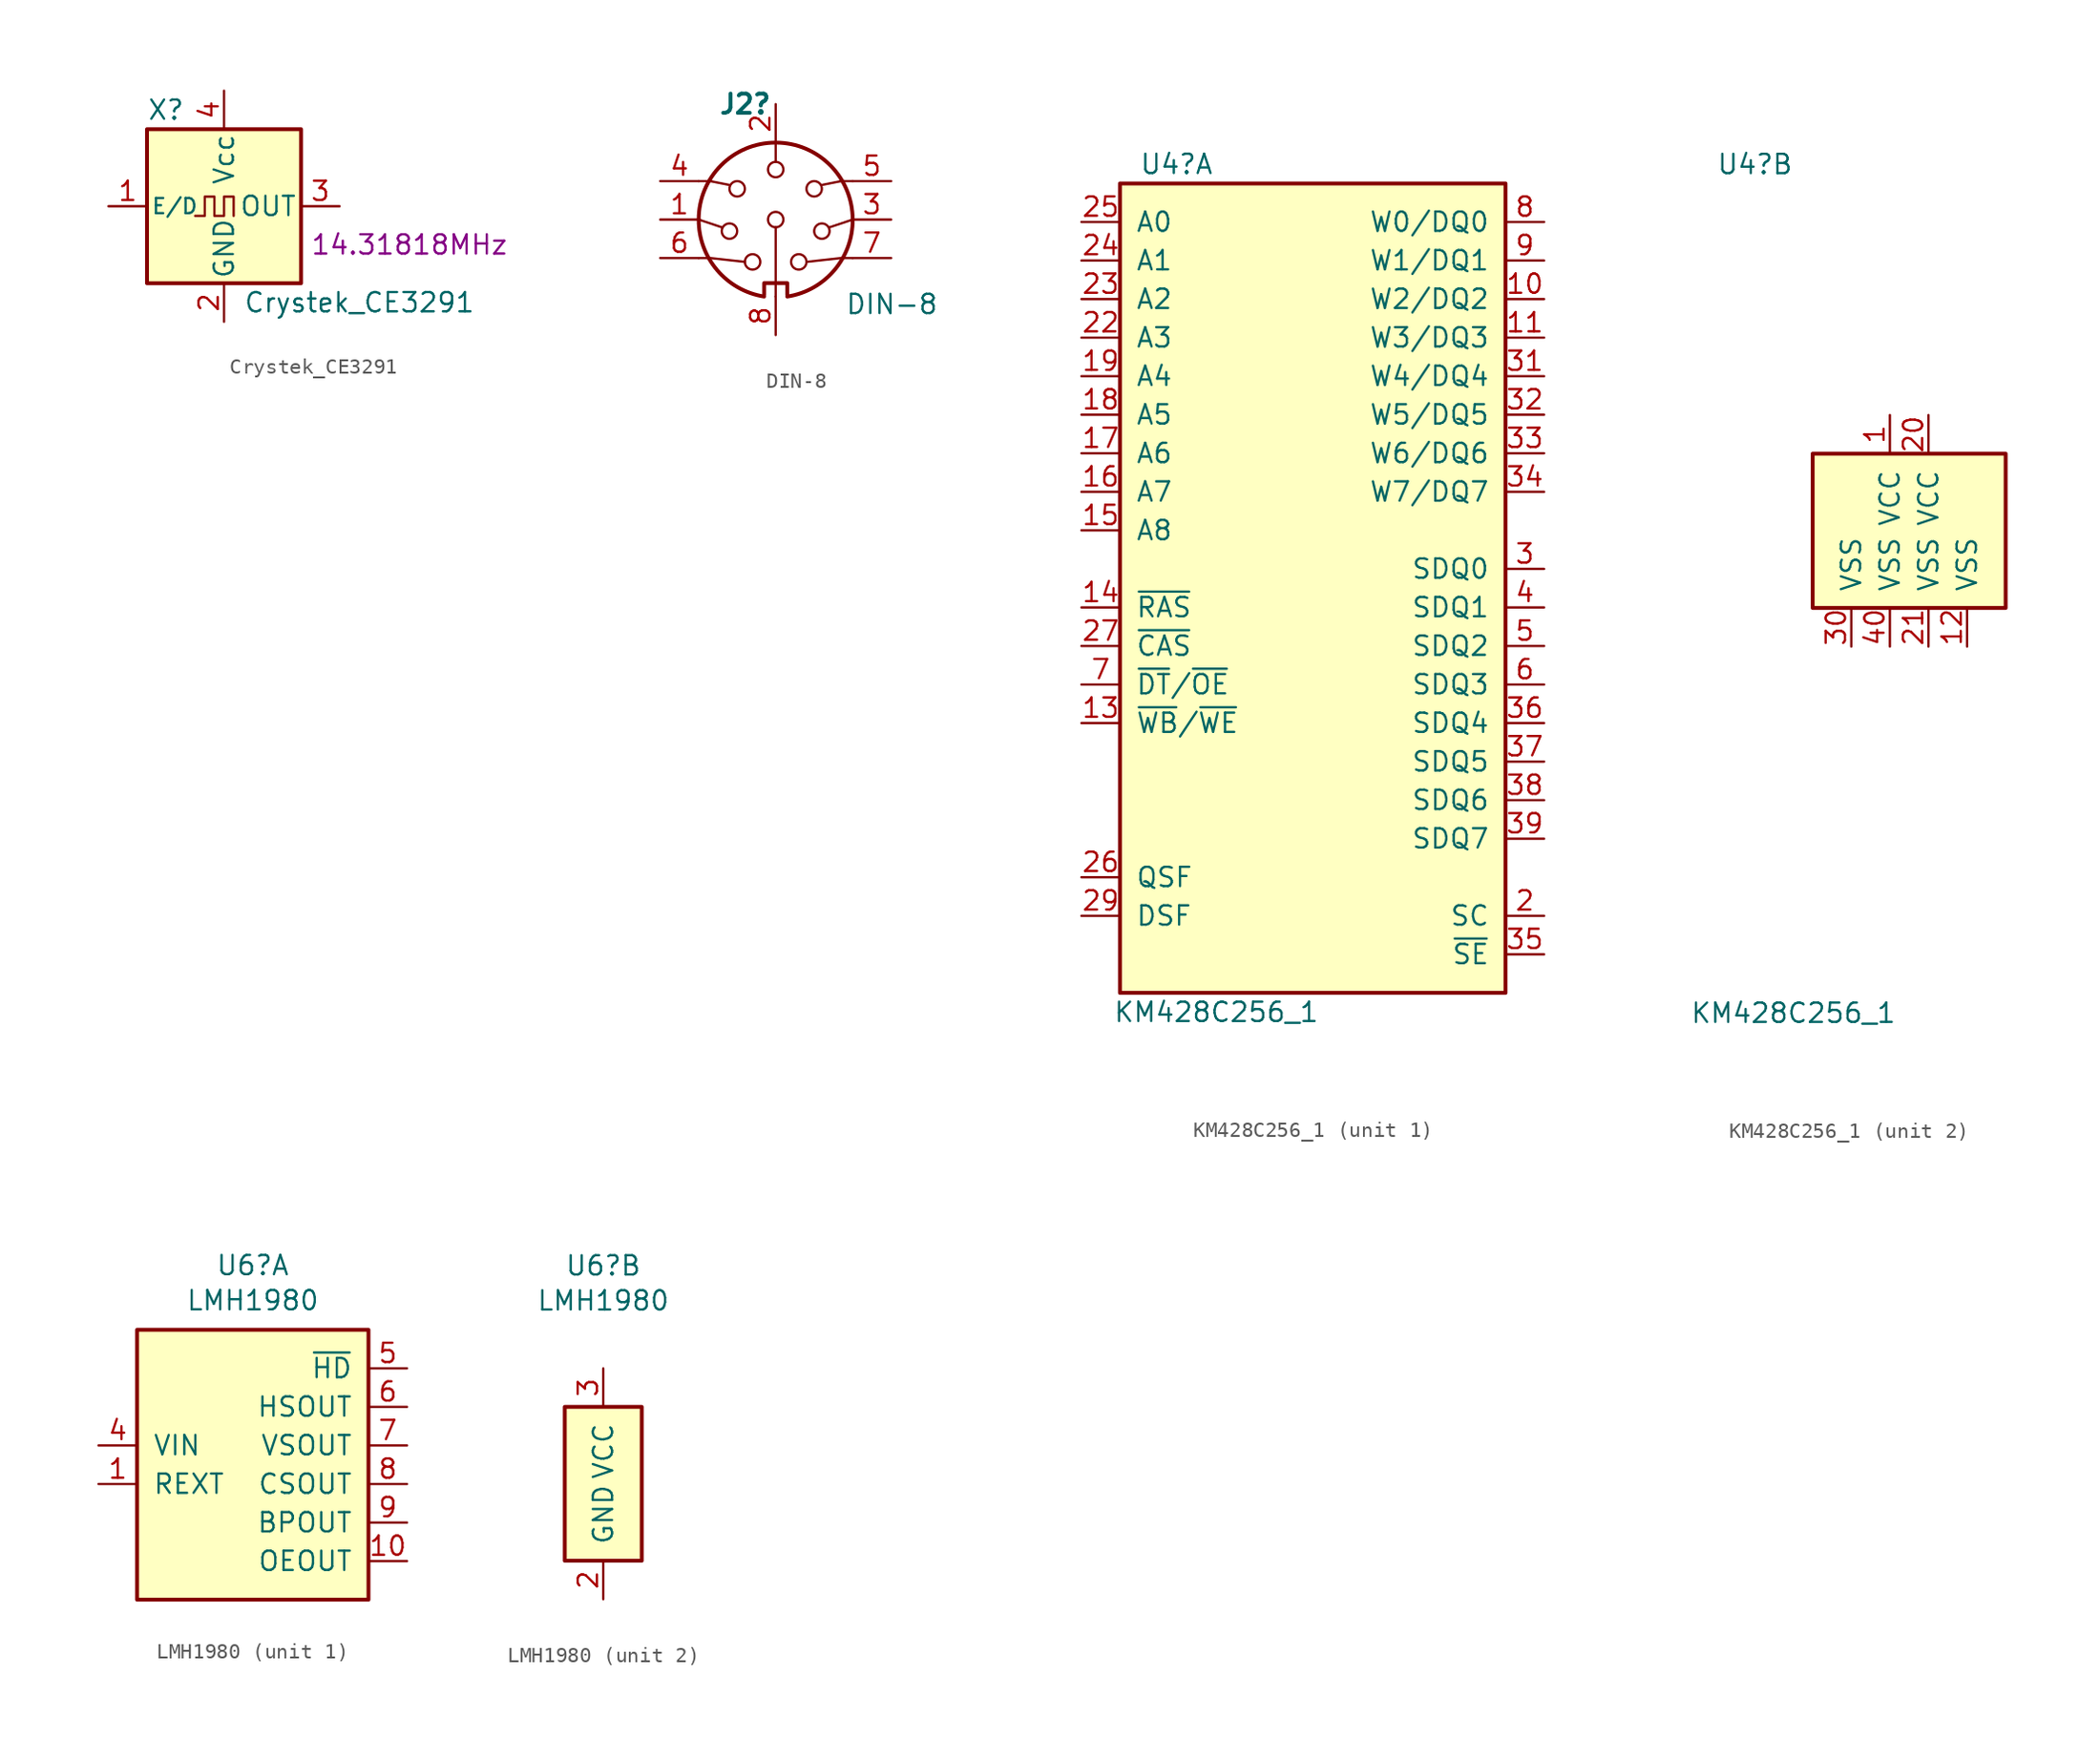
<source format=kicad_sym>
(kicad_symbol_lib
  (version 20211014)
  (generator kicad_symbol_editor)
  (symbol "Crystek_CE3291"
    (pin_names
      (offset 0.254))
    (property "Reference" "X"
      (at -5.08 6.35 0)
      (effects (font (size 1.27 1.27)) (justify left)))
    (property "Value" "Crystek_CE3291"
      (at 1.27 -6.35 0)
      (effects (font (size 1.27 1.27)) (justify left)))
    (property "Frequency" "14.31818MHz "
      (at 12.7 -2.54 0)
      (effects (font (size 1.27 1.27))))
    (symbol "Crystek_CE3291_0_1"
      (rectangle (start -5.08 5.08) (end 5.08 -5.08) (stroke (width 0.254) (type default) (color 0 0 0 0)) (fill (type background)))
      (polyline (pts (xy -1.905 -0.635) (xy -1.27 -0.635) (xy -1.27 0.635) (xy -0.635 0.635) (xy -0.635 -0.635) (xy 0 -0.635) (xy 0 0.635) (xy 0.635 0.635) (xy 0.635 -0.635)) (stroke (width 0) (type default) (color 0 0 0 0)) (fill (type none))))
    (symbol "Crystek_CE3291_1_1"
      (pin input line (at -7.62 0 0) (length 2.54) (name "E/D" (effects (font (size 1 1)))) (number "1" (effects (font (size 1.27 1.27)))))
      (pin power_in line (at 0 -7.62 90) (length 2.54) (name "GND" (effects (font (size 1.27 1.27)))) (number "2" (effects (font (size 1.27 1.27)))))
      (pin output line (at 7.62 0 180) (length 2.54) (name "OUT" (effects (font (size 1.27 1.27)))) (number "3" (effects (font (size 1.27 1.27)))))
      (pin power_in line (at 0 7.62 270) (length 2.54) (name "Vcc" (effects (font (size 1.27 1.27)))) (number "4" (effects (font (size 1.27 1.27)))))))
  (symbol "DIN-8"
    (pin_names
      (offset 1.016))
    (property "Reference" "J2"
      (at -3.81 7.62 0)
      (effects (font (size 1.27 1.27) bold) (justify left)))
    (property "Value" "DIN-8"
      (at 4.572 -5.588 0)
      (effects (font (size 1.27 1.27)) (justify left)))
    (symbol "DIN-8_0_1"
      (arc (start -5.08 0) (mid -3.8597 -3.3379) (end -0.762 -5.08) (stroke (width 0.254) (type default) (color 0 0 0 0)) (fill (type none)))
      (circle (center -3.048 -0.762) (radius 0.508) (stroke (width 0) (type default) (color 0 0 0 0)) (fill (type none)))
      (circle (center -2.54 2.032) (radius 0.508) (stroke (width 0) (type default) (color 0 0 0 0)) (fill (type none)))
      (circle (center -1.524 -2.794) (radius 0.508) (stroke (width 0) (type default) (color 0 0 0 0)) (fill (type none)))
      (polyline (pts (xy -5.08 0) (xy -3.556 -0.508)) (stroke (width 0) (type default) (color 0 0 0 0)) (fill (type none)))
      (polyline (pts (xy 0 -0.508) (xy 0 -5.08)) (stroke (width 0) (type default) (color 0 0 0 0)) (fill (type none)))
      (polyline (pts (xy 0 5.08) (xy 0 3.81)) (stroke (width 0) (type default) (color 0 0 0 0)) (fill (type none)))
      (polyline (pts (xy 5.08 0) (xy 3.556 -0.508)) (stroke (width 0) (type default) (color 0 0 0 0)) (fill (type none)))
      (polyline (pts (xy -5.08 -2.54) (xy -4.318 -2.54) (xy -2.032 -2.794)) (stroke (width 0) (type default) (color 0 0 0 0)) (fill (type none)))
      (polyline (pts (xy -5.08 2.54) (xy -4.318 2.54) (xy -3.048 2.286)) (stroke (width 0) (type default) (color 0 0 0 0)) (fill (type none)))
      (polyline (pts (xy 5.08 -2.54) (xy 4.318 -2.54) (xy 2.032 -2.794)) (stroke (width 0) (type default) (color 0 0 0 0)) (fill (type none)))
      (polyline (pts (xy 5.08 2.54) (xy 4.318 2.54) (xy 3.048 2.286)) (stroke (width 0) (type default) (color 0 0 0 0)) (fill (type none)))
      (polyline (pts (xy -0.762 -4.953) (xy -0.762 -4.191) (xy 0.762 -4.191) (xy 0.762 -4.953)) (stroke (width 0.254) (type default) (color 0 0 0 0)) (fill (type none)))
      (circle (center 0 0) (radius 0.508) (stroke (width 0) (type default) (color 0 0 0 0)) (fill (type none)))
      (circle (center 0 3.302) (radius 0.508) (stroke (width 0) (type default) (color 0 0 0 0)) (fill (type none)))
      (arc (start 0.762 -5.08) (mid 3.8673 -3.3444) (end 5.08 0) (stroke (width 0.254) (type default) (color 0 0 0 0)) (fill (type none)))
      (circle (center 1.524 -2.794) (radius 0.508) (stroke (width 0) (type default) (color 0 0 0 0)) (fill (type none)))
      (circle (center 2.54 2.032) (radius 0.508) (stroke (width 0) (type default) (color 0 0 0 0)) (fill (type none)))
      (circle (center 3.048 -0.762) (radius 0.508) (stroke (width 0) (type default) (color 0 0 0 0)) (fill (type none)))
      (arc (start 5.08 0) (mid 0 5.08) (end -5.08 0) (stroke (width 0.254) (type default) (color 0 0 0 0)) (fill (type none))))
    (symbol "DIN-8_1_1"
      (pin passive line (at -7.62 0 0) (length 2.54) (name "1" (effects (font (size 0 0)))) (number "1" (effects (font (size 1.27 1.27)))))
      (pin passive line (at 0 7.62 270) (length 2.54) (name "2" (effects (font (size 0 0)))) (number "2" (effects (font (size 1.27 1.27)))))
      (pin passive line (at 7.62 0 180) (length 2.54) (name "3" (effects (font (size 0 0)))) (number "3" (effects (font (size 1.27 1.27)))))
      (pin passive line (at -7.62 2.54 0) (length 2.54) (name "4" (effects (font (size 0 0)))) (number "4" (effects (font (size 1.27 1.27)))))
      (pin passive line (at 7.62 2.54 180) (length 2.54) (name "5" (effects (font (size 0 0)))) (number "5" (effects (font (size 1.27 1.27)))))
      (pin passive line (at -7.62 -2.54 0) (length 2.54) (name "6" (effects (font (size 0 0)))) (number "6" (effects (font (size 1.27 1.27)))))
      (pin passive line (at 7.62 -2.54 180) (length 2.54) (name "7" (effects (font (size 0 0)))) (number "7" (effects (font (size 1.27 1.27)))))
      (pin passive line (at 0 -7.62 90) (length 2.54) (name "8" (effects (font (size 0 0)))) (number "8" (effects (font (size 1.27 1.27)))))))
  (symbol "KM428C256_1"
    (pin_names
      (offset 1.016))
    (property "Reference" "U4"
      (at -11.43 24.13 0)
      (effects (font (size 1.27 1.27)) (justify left)))
    (property "Value" "KM428C256_1"
      (at -6.35 -31.75 0)
      (effects (font (size 1.27 1.27))))
    (property "ki_locked" ""
      (at 0 0 0)
      (effects (font (size 1.27 1.27))))
    (symbol "KM428C256_1_1_1"
      (rectangle (start -12.7 22.86) (end 12.7 -30.48) (stroke (width 0.254) (type default) (color 0 0 0 0)) (fill (type background)))
      (pin bidirectional line (at 15.24 15.24 180) (length 2.54) (name "W2/DQ2" (effects (font (size 1.27 1.27)))) (number "10" (effects (font (size 1.27 1.27)))))
      (pin bidirectional line (at 15.24 12.7 180) (length 2.54) (name "W3/DQ3" (effects (font (size 1.27 1.27)))) (number "11" (effects (font (size 1.27 1.27)))))
      (pin input line (at -15.24 -12.7 0) (length 2.54) (name "~{WB}/~{WE}" (effects (font (size 1.27 1.27)))) (number "13" (effects (font (size 1.27 1.27)))))
      (pin input line (at -15.24 -5.08 0) (length 2.54) (name "~{RAS}" (effects (font (size 1.27 1.27)))) (number "14" (effects (font (size 1.27 1.27)))))
      (pin input line (at -15.24 0 0) (length 2.54) (name "A8" (effects (font (size 1.27 1.27)))) (number "15" (effects (font (size 1.27 1.27)))))
      (pin input line (at -15.24 2.54 0) (length 2.54) (name "A7" (effects (font (size 1.27 1.27)))) (number "16" (effects (font (size 1.27 1.27)))))
      (pin input line (at -15.24 5.08 0) (length 2.54) (name "A6" (effects (font (size 1.27 1.27)))) (number "17" (effects (font (size 1.27 1.27)))))
      (pin input line (at -15.24 7.62 0) (length 2.54) (name "A5" (effects (font (size 1.27 1.27)))) (number "18" (effects (font (size 1.27 1.27)))))
      (pin input line (at -15.24 10.16 0) (length 2.54) (name "A4" (effects (font (size 1.27 1.27)))) (number "19" (effects (font (size 1.27 1.27)))))
      (pin input line (at 15.24 -25.4 180) (length 2.54) (name "SC" (effects (font (size 1.27 1.27)))) (number "2" (effects (font (size 1.27 1.27)))))
      (pin input line (at -15.24 12.7 0) (length 2.54) (name "A3" (effects (font (size 1.27 1.27)))) (number "22" (effects (font (size 1.27 1.27)))))
      (pin input line (at -15.24 15.24 0) (length 2.54) (name "A2" (effects (font (size 1.27 1.27)))) (number "23" (effects (font (size 1.27 1.27)))))
      (pin input line (at -15.24 17.78 0) (length 2.54) (name "A1" (effects (font (size 1.27 1.27)))) (number "24" (effects (font (size 1.27 1.27)))))
      (pin input line (at -15.24 20.32 0) (length 2.54) (name "A0" (effects (font (size 1.27 1.27)))) (number "25" (effects (font (size 1.27 1.27)))))
      (pin input line (at -15.24 -22.86 0) (length 2.54) (name "QSF" (effects (font (size 1.27 1.27)))) (number "26" (effects (font (size 1.27 1.27)))))
      (pin input line (at -15.24 -7.62 0) (length 2.54) (name "~{CAS}" (effects (font (size 1.27 1.27)))) (number "27" (effects (font (size 1.27 1.27)))))
      (pin no_connect line (at 10.16 0 180) (length 2.54) hide (name "N/C" (effects (font (size 1.27 1.27)))) (number "28" (effects (font (size 1.27 1.27)))))
      (pin input line (at -15.24 -25.4 0) (length 2.54) (name "DSF" (effects (font (size 1.27 1.27)))) (number "29" (effects (font (size 1.27 1.27)))))
      (pin bidirectional line (at 15.24 -2.54 180) (length 2.54) (name "SDQ0" (effects (font (size 1.27 1.27)))) (number "3" (effects (font (size 1.27 1.27)))))
      (pin bidirectional line (at 15.24 10.16 180) (length 2.54) (name "W4/DQ4" (effects (font (size 1.27 1.27)))) (number "31" (effects (font (size 1.27 1.27)))))
      (pin bidirectional line (at 15.24 7.62 180) (length 2.54) (name "W5/DQ5" (effects (font (size 1.27 1.27)))) (number "32" (effects (font (size 1.27 1.27)))))
      (pin bidirectional line (at 15.24 5.08 180) (length 2.54) (name "W6/DQ6" (effects (font (size 1.27 1.27)))) (number "33" (effects (font (size 1.27 1.27)))))
      (pin bidirectional line (at 15.24 2.54 180) (length 2.54) (name "W7/DQ7" (effects (font (size 1.27 1.27)))) (number "34" (effects (font (size 1.27 1.27)))))
      (pin input line (at 15.24 -27.94 180) (length 2.54) (name "~{SE}" (effects (font (size 1.27 1.27)))) (number "35" (effects (font (size 1.27 1.27)))))
      (pin bidirectional line (at 15.24 -12.7 180) (length 2.54) (name "SDQ4" (effects (font (size 1.27 1.27)))) (number "36" (effects (font (size 1.27 1.27)))))
      (pin bidirectional line (at 15.24 -15.24 180) (length 2.54) (name "SDQ5" (effects (font (size 1.27 1.27)))) (number "37" (effects (font (size 1.27 1.27)))))
      (pin bidirectional line (at 15.24 -17.78 180) (length 2.54) (name "SDQ6" (effects (font (size 1.27 1.27)))) (number "38" (effects (font (size 1.27 1.27)))))
      (pin bidirectional line (at 15.24 -20.32 180) (length 2.54) (name "SDQ7" (effects (font (size 1.27 1.27)))) (number "39" (effects (font (size 1.27 1.27)))))
      (pin bidirectional line (at 15.24 -5.08 180) (length 2.54) (name "SDQ1" (effects (font (size 1.27 1.27)))) (number "4" (effects (font (size 1.27 1.27)))))
      (pin bidirectional line (at 15.24 -7.62 180) (length 2.54) (name "SDQ2" (effects (font (size 1.27 1.27)))) (number "5" (effects (font (size 1.27 1.27)))))
      (pin bidirectional line (at 15.24 -10.16 180) (length 2.54) (name "SDQ3" (effects (font (size 1.27 1.27)))) (number "6" (effects (font (size 1.27 1.27)))))
      (pin input line (at -15.24 -10.16 0) (length 2.54) (name "~{DT}/~{OE}" (effects (font (size 1.27 1.27)))) (number "7" (effects (font (size 1.27 1.27)))))
      (pin bidirectional line (at 15.24 20.32 180) (length 2.54) (name "W0/DQ0" (effects (font (size 1.27 1.27)))) (number "8" (effects (font (size 1.27 1.27)))))
      (pin bidirectional line (at 15.24 17.78 180) (length 2.54) (name "W1/DQ1" (effects (font (size 1.27 1.27)))) (number "9" (effects (font (size 1.27 1.27))))))
    (symbol "KM428C256_1_2_1"
      (rectangle (start -5.08 5.08) (end 7.62 -5.08) (stroke (width 0.254) (type default) (color 0 0 0 0)) (fill (type background)))
      (pin power_in line (at 0 7.62 270) (length 2.54) (name "VCC" (effects (font (size 1.27 1.27)))) (number "1" (effects (font (size 1.27 1.27)))))
      (pin power_in line (at 5.08 -7.62 90) (length 2.54) (name "VSS" (effects (font (size 1.27 1.27)))) (number "12" (effects (font (size 1.27 1.27)))))
      (pin power_in line (at 2.54 7.62 270) (length 2.54) (name "VCC" (effects (font (size 1.27 1.27)))) (number "20" (effects (font (size 1.27 1.27)))))
      (pin power_in line (at 2.54 -7.62 90) (length 2.54) (name "VSS" (effects (font (size 1.27 1.27)))) (number "21" (effects (font (size 1.27 1.27)))))
      (pin power_in line (at -2.54 -7.62 90) (length 2.54) (name "VSS" (effects (font (size 1.27 1.27)))) (number "30" (effects (font (size 1.27 1.27)))))
      (pin power_in line (at 0 -7.62 90) (length 2.54) (name "VSS" (effects (font (size 1.27 1.27)))) (number "40" (effects (font (size 1.27 1.27)))))))
  (symbol "LMH1980"
    (pin_names
      (offset 1.016))
    (property "Reference" "U6"
      (at 0 14.402 0)
      (effects (font (size 1.27 1.27))))
    (property "Value" "LMH1980"
      (at 0 12.09 0)
      (effects (font (size 1.27 1.27))))
    (property "ki_locked" ""
      (at 0 0 0)
      (effects (font (size 1.27 1.27))))
    (symbol "LMH1980_1_1"
      (rectangle (start -7.62 10.16) (end 7.62 -7.62) (stroke (width 0.254) (type default) (color 0 0 0 0)) (fill (type background)))
      (pin input line (at -10.16 0 0) (length 2.54) (name "REXT" (effects (font (size 1.27 1.27)))) (number "1" (effects (font (size 1.27 1.27)))))
      (pin output line (at 10.16 -5.08 180) (length 2.54) (name "OEOUT" (effects (font (size 1.27 1.27)))) (number "10" (effects (font (size 1.27 1.27)))))
      (pin input line (at -10.16 2.54 0) (length 2.54) (name "VIN" (effects (font (size 1.27 1.27)))) (number "4" (effects (font (size 1.27 1.27)))))
      (pin output line (at 10.16 7.62 180) (length 2.54) (name "~{HD}" (effects (font (size 1.27 1.27)))) (number "5" (effects (font (size 1.27 1.27)))))
      (pin output line (at 10.16 5.08 180) (length 2.54) (name "HSOUT" (effects (font (size 1.27 1.27)))) (number "6" (effects (font (size 1.27 1.27)))))
      (pin output line (at 10.16 2.54 180) (length 2.54) (name "VSOUT" (effects (font (size 1.27 1.27)))) (number "7" (effects (font (size 1.27 1.27)))))
      (pin output line (at 10.16 0 180) (length 2.54) (name "CSOUT" (effects (font (size 1.27 1.27)))) (number "8" (effects (font (size 1.27 1.27)))))
      (pin output line (at 10.16 -2.54 180) (length 2.54) (name "BPOUT" (effects (font (size 1.27 1.27)))) (number "9" (effects (font (size 1.27 1.27))))))
    (symbol "LMH1980_2_1"
      (rectangle (start -2.54 5.08) (end 2.54 -5.08) (stroke (width 0.254) (type default) (color 0 0 0 0)) (fill (type background)))
      (pin power_in line (at 0 -7.62 90) (length 2.54) (name "GND" (effects (font (size 1.27 1.27)))) (number "2" (effects (font (size 1.27 1.27)))))
      (pin power_in line (at 0 7.62 270) (length 2.54) (name "VCC" (effects (font (size 1.27 1.27)))) (number "3" (effects (font (size 1.27 1.27))))))))
</source>
